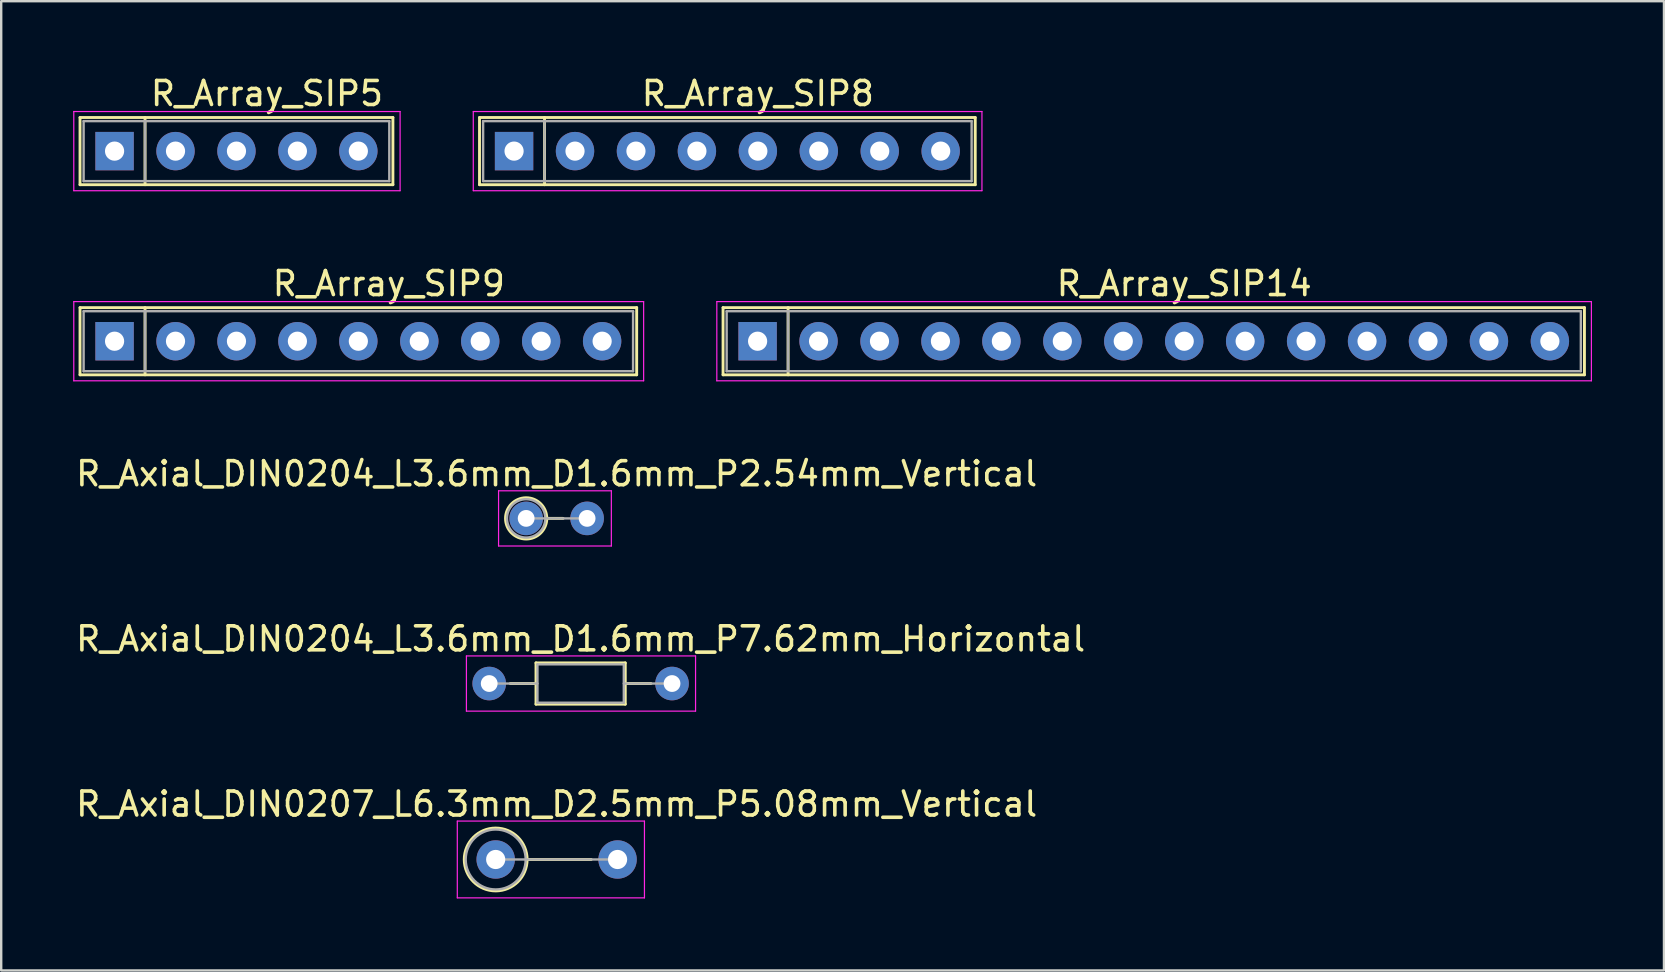
<source format=kicad_pcb>
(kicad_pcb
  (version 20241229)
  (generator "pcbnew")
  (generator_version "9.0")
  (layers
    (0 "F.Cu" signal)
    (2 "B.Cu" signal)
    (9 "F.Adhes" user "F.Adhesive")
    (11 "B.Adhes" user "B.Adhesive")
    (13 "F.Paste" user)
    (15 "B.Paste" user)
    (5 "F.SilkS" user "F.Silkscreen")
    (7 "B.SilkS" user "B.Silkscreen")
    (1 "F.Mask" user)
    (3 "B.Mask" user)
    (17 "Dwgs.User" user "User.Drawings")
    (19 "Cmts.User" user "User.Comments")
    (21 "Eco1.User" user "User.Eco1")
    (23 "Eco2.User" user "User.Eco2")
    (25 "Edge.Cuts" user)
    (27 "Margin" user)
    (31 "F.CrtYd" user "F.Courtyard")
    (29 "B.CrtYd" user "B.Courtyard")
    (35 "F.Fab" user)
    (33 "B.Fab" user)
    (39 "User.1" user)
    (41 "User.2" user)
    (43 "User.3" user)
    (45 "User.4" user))
  (footprint "R_Axial_DIN0204_L3.6mm_D1.6mm_P2.54mm_Vertical"
    (layer "F.Cu")
    (at 18.879 18.555)
    (property "Reference" "R_Axial_DIN0204_L3.6mm_D1.6mm_P2.54mm_Vertical" (at 1.27 -1.86 0) (layer "F.SilkS") (effects (font (size 1 1) (thickness 0.15))))
    (attr through_hole)
    (fp_line (start 0.86 0) (end 1.54 0) (stroke (width 0.12) (type solid)) (layer "F.SilkS"))
    (fp_circle (center 0 0) (end 0.86 0) (stroke (width 0.12) (type solid)) (fill no) (layer "F.SilkS"))
    (fp_line (start -1.15 -1.15) (end -1.15 1.15) (stroke (width 0.05) (type solid)) (layer "F.CrtYd"))
    (fp_line (start -1.15 1.15) (end 3.55 1.15) (stroke (width 0.05) (type solid)) (layer "F.CrtYd"))
    (fp_line (start 3.55 -1.15) (end -1.15 -1.15) (stroke (width 0.05) (type solid)) (layer "F.CrtYd"))
    (fp_line (start 3.55 1.15) (end 3.55 -1.15) (stroke (width 0.05) (type solid)) (layer "F.CrtYd"))
    (fp_line (start 0 0) (end 2.54 0) (stroke (width 0.1) (type solid)) (layer "F.Fab"))
    (fp_circle (center 0 0) (end 0.8 0) (stroke (width 0.1) (type solid)) (fill no) (layer "F.Fab"))
    (pad "1" thru_hole circle (at 0 0) (size 1.4 1.4) (drill 0.7) (layers "*.Cu" "*.Mask"))
    (pad "2" thru_hole oval (at 2.54 0) (size 1.4 1.4) (drill 0.7) (layers "*.Cu" "*.Mask")))
  (footprint "R_Array_SIP9"
    (layer "F.Cu")
    (at 1.725 11.171)
    (property "Reference" "R_Array_SIP9" (at 11.43 -2.4 0) (layer "F.SilkS") (effects (font (size 1 1) (thickness 0.15))))
    (attr through_hole)
    (fp_line (start -1.44 -1.4) (end -1.44 1.4) (stroke (width 0.12) (type solid)) (layer "F.SilkS"))
    (fp_line (start -1.44 1.4) (end 21.76 1.4) (stroke (width 0.12) (type solid)) (layer "F.SilkS"))
    (fp_line (start 1.27 -1.4) (end 1.27 1.4) (stroke (width 0.12) (type solid)) (layer "F.SilkS"))
    (fp_line (start 21.76 -1.4) (end -1.44 -1.4) (stroke (width 0.12) (type solid)) (layer "F.SilkS"))
    (fp_line (start 21.76 1.4) (end 21.76 -1.4) (stroke (width 0.12) (type solid)) (layer "F.SilkS"))
    (fp_line (start -1.7 -1.65) (end -1.7 1.65) (stroke (width 0.05) (type solid)) (layer "F.CrtYd"))
    (fp_line (start -1.7 1.65) (end 22.05 1.65) (stroke (width 0.05) (type solid)) (layer "F.CrtYd"))
    (fp_line (start 22.05 -1.65) (end -1.7 -1.65) (stroke (width 0.05) (type solid)) (layer "F.CrtYd"))
    (fp_line (start 22.05 1.65) (end 22.05 -1.65) (stroke (width 0.05) (type solid)) (layer "F.CrtYd"))
    (fp_line (start -1.29 -1.25) (end -1.29 1.25) (stroke (width 0.1) (type solid)) (layer "F.Fab"))
    (fp_line (start -1.29 1.25) (end 21.61 1.25) (stroke (width 0.1) (type solid)) (layer "F.Fab"))
    (fp_line (start 1.27 -1.25) (end 1.27 1.25) (stroke (width 0.1) (type solid)) (layer "F.Fab"))
    (fp_line (start 21.61 -1.25) (end -1.29 -1.25) (stroke (width 0.1) (type solid)) (layer "F.Fab"))
    (fp_line (start 21.61 1.25) (end 21.61 -1.25) (stroke (width 0.1) (type solid)) (layer "F.Fab"))
    (pad "1" thru_hole rect (at 0 0) (size 1.6 1.6) (drill 0.8) (layers "*.Cu" "*.Mask"))
    (pad "2" thru_hole oval (at 2.54 0) (size 1.6 1.6) (drill 0.8) (layers "*.Cu" "*.Mask"))
    (pad "3" thru_hole oval (at 5.08 0) (size 1.6 1.6) (drill 0.8) (layers "*.Cu" "*.Mask"))
    (pad "4" thru_hole oval (at 7.62 0) (size 1.6 1.6) (drill 0.8) (layers "*.Cu" "*.Mask"))
    (pad "5" thru_hole oval (at 10.16 0) (size 1.6 1.6) (drill 0.8) (layers "*.Cu" "*.Mask"))
    (pad "6" thru_hole oval (at 12.7 0) (size 1.6 1.6) (drill 0.8) (layers "*.Cu" "*.Mask"))
    (pad "7" thru_hole oval (at 15.24 0) (size 1.6 1.6) (drill 0.8) (layers "*.Cu" "*.Mask"))
    (pad "8" thru_hole oval (at 17.78 0) (size 1.6 1.6) (drill 0.8) (layers "*.Cu" "*.Mask"))
    (pad "9" thru_hole oval (at 20.32 0) (size 1.6 1.6) (drill 0.8) (layers "*.Cu" "*.Mask")))
  (footprint "R_Axial_DIN0207_L6.3mm_D2.5mm_P5.08mm_Vertical"
    (layer "F.Cu")
    (at 17.609 32.771)
    (property "Reference" "R_Axial_DIN0207_L6.3mm_D2.5mm_P5.08mm_Vertical" (at 2.54 -2.31 0) (layer "F.SilkS") (effects (font (size 1 1) (thickness 0.15))))
    (attr through_hole)
    (fp_line (start 1.31 0) (end 3.98 0) (stroke (width 0.12) (type solid)) (layer "F.SilkS"))
    (fp_circle (center 0 0) (end 1.31 0) (stroke (width 0.12) (type solid)) (fill no) (layer "F.SilkS"))
    (fp_line (start -1.6 -1.6) (end -1.6 1.6) (stroke (width 0.05) (type solid)) (layer "F.CrtYd"))
    (fp_line (start -1.6 1.6) (end 6.2 1.6) (stroke (width 0.05) (type solid)) (layer "F.CrtYd"))
    (fp_line (start 6.2 -1.6) (end -1.6 -1.6) (stroke (width 0.05) (type solid)) (layer "F.CrtYd"))
    (fp_line (start 6.2 1.6) (end 6.2 -1.6) (stroke (width 0.05) (type solid)) (layer "F.CrtYd"))
    (fp_line (start 0 0) (end 5.08 0) (stroke (width 0.1) (type solid)) (layer "F.Fab"))
    (fp_circle (center 0 0) (end 1.25 0) (stroke (width 0.1) (type solid)) (fill no) (layer "F.Fab"))
    (pad "1" thru_hole circle (at 0 0) (size 1.6 1.6) (drill 0.8) (layers "*.Cu" "*.Mask"))
    (pad "2" thru_hole oval (at 5.08 0) (size 1.6 1.6) (drill 0.8) (layers "*.Cu" "*.Mask")))
  (footprint "R_Array_SIP14"
    (layer "F.Cu")
    (at 28.525 11.171)
    (property "Reference" "R_Array_SIP14" (at 17.78 -2.4 0) (layer "F.SilkS") (effects (font (size 1 1) (thickness 0.15))))
    (attr through_hole)
    (fp_line (start -1.44 -1.4) (end -1.44 1.4) (stroke (width 0.12) (type solid)) (layer "F.SilkS"))
    (fp_line (start -1.44 1.4) (end 34.46 1.4) (stroke (width 0.12) (type solid)) (layer "F.SilkS"))
    (fp_line (start 1.27 -1.4) (end 1.27 1.4) (stroke (width 0.12) (type solid)) (layer "F.SilkS"))
    (fp_line (start 34.46 -1.4) (end -1.44 -1.4) (stroke (width 0.12) (type solid)) (layer "F.SilkS"))
    (fp_line (start 34.46 1.4) (end 34.46 -1.4) (stroke (width 0.12) (type solid)) (layer "F.SilkS"))
    (fp_line (start -1.7 -1.65) (end -1.7 1.65) (stroke (width 0.05) (type solid)) (layer "F.CrtYd"))
    (fp_line (start -1.7 1.65) (end 34.75 1.65) (stroke (width 0.05) (type solid)) (layer "F.CrtYd"))
    (fp_line (start 34.75 -1.65) (end -1.7 -1.65) (stroke (width 0.05) (type solid)) (layer "F.CrtYd"))
    (fp_line (start 34.75 1.65) (end 34.75 -1.65) (stroke (width 0.05) (type solid)) (layer "F.CrtYd"))
    (fp_line (start -1.29 -1.25) (end -1.29 1.25) (stroke (width 0.1) (type solid)) (layer "F.Fab"))
    (fp_line (start -1.29 1.25) (end 34.31 1.25) (stroke (width 0.1) (type solid)) (layer "F.Fab"))
    (fp_line (start 1.27 -1.25) (end 1.27 1.25) (stroke (width 0.1) (type solid)) (layer "F.Fab"))
    (fp_line (start 34.31 -1.25) (end -1.29 -1.25) (stroke (width 0.1) (type solid)) (layer "F.Fab"))
    (fp_line (start 34.31 1.25) (end 34.31 -1.25) (stroke (width 0.1) (type solid)) (layer "F.Fab"))
    (pad "1" thru_hole rect (at 0 0) (size 1.6 1.6) (drill 0.8) (layers "*.Cu" "*.Mask"))
    (pad "2" thru_hole oval (at 2.54 0) (size 1.6 1.6) (drill 0.8) (layers "*.Cu" "*.Mask"))
    (pad "3" thru_hole oval (at 5.08 0) (size 1.6 1.6) (drill 0.8) (layers "*.Cu" "*.Mask"))
    (pad "4" thru_hole oval (at 7.62 0) (size 1.6 1.6) (drill 0.8) (layers "*.Cu" "*.Mask"))
    (pad "5" thru_hole oval (at 10.16 0) (size 1.6 1.6) (drill 0.8) (layers "*.Cu" "*.Mask"))
    (pad "6" thru_hole oval (at 12.7 0) (size 1.6 1.6) (drill 0.8) (layers "*.Cu" "*.Mask"))
    (pad "7" thru_hole oval (at 15.24 0) (size 1.6 1.6) (drill 0.8) (layers "*.Cu" "*.Mask"))
    (pad "8" thru_hole oval (at 17.78 0) (size 1.6 1.6) (drill 0.8) (layers "*.Cu" "*.Mask"))
    (pad "9" thru_hole oval (at 20.32 0) (size 1.6 1.6) (drill 0.8) (layers "*.Cu" "*.Mask"))
    (pad "10" thru_hole oval (at 22.86 0) (size 1.6 1.6) (drill 0.8) (layers "*.Cu" "*.Mask"))
    (pad "11" thru_hole oval (at 25.4 0) (size 1.6 1.6) (drill 0.8) (layers "*.Cu" "*.Mask"))
    (pad "12" thru_hole oval (at 27.94 0) (size 1.6 1.6) (drill 0.8) (layers "*.Cu" "*.Mask"))
    (pad "13" thru_hole oval (at 30.48 0) (size 1.6 1.6) (drill 0.8) (layers "*.Cu" "*.Mask"))
    (pad "14" thru_hole oval (at 33.02 0) (size 1.6 1.6) (drill 0.8) (layers "*.Cu" "*.Mask")))
  (footprint "R_Axial_DIN0204_L3.6mm_D1.6mm_P7.62mm_Horizontal"
    (layer "F.Cu")
    (at 17.339 25.438)
    (property "Reference" "R_Axial_DIN0204_L3.6mm_D1.6mm_P7.62mm_Horizontal" (at 3.81 -1.86 0) (layer "F.SilkS") (effects (font (size 1 1) (thickness 0.15))))
    (attr through_hole)
    (fp_line (start 0.88 0) (end 1.95 0) (stroke (width 0.12) (type solid)) (layer "F.SilkS"))
    (fp_line (start 1.95 -0.86) (end 1.95 0.86) (stroke (width 0.12) (type solid)) (layer "F.SilkS"))
    (fp_line (start 1.95 0.86) (end 5.67 0.86) (stroke (width 0.12) (type solid)) (layer "F.SilkS"))
    (fp_line (start 5.67 -0.86) (end 1.95 -0.86) (stroke (width 0.12) (type solid)) (layer "F.SilkS"))
    (fp_line (start 5.67 0.86) (end 5.67 -0.86) (stroke (width 0.12) (type solid)) (layer "F.SilkS"))
    (fp_line (start 6.74 0) (end 5.67 0) (stroke (width 0.12) (type solid)) (layer "F.SilkS"))
    (fp_line (start -0.95 -1.15) (end -0.95 1.15) (stroke (width 0.05) (type solid)) (layer "F.CrtYd"))
    (fp_line (start -0.95 1.15) (end 8.6 1.15) (stroke (width 0.05) (type solid)) (layer "F.CrtYd"))
    (fp_line (start 8.6 -1.15) (end -0.95 -1.15) (stroke (width 0.05) (type solid)) (layer "F.CrtYd"))
    (fp_line (start 8.6 1.15) (end 8.6 -1.15) (stroke (width 0.05) (type solid)) (layer "F.CrtYd"))
    (fp_line (start 0 0) (end 2.01 0) (stroke (width 0.1) (type solid)) (layer "F.Fab"))
    (fp_line (start 2.01 -0.8) (end 2.01 0.8) (stroke (width 0.1) (type solid)) (layer "F.Fab"))
    (fp_line (start 2.01 0.8) (end 5.61 0.8) (stroke (width 0.1) (type solid)) (layer "F.Fab"))
    (fp_line (start 5.61 -0.8) (end 2.01 -0.8) (stroke (width 0.1) (type solid)) (layer "F.Fab"))
    (fp_line (start 5.61 0.8) (end 5.61 -0.8) (stroke (width 0.1) (type solid)) (layer "F.Fab"))
    (fp_line (start 7.62 0) (end 5.61 0) (stroke (width 0.1) (type solid)) (layer "F.Fab"))
    (pad "1" thru_hole circle (at 0 0) (size 1.4 1.4) (drill 0.7) (layers "*.Cu" "*.Mask"))
    (pad "2" thru_hole oval (at 7.62 0) (size 1.4 1.4) (drill 0.7) (layers "*.Cu" "*.Mask")))
  (footprint "R_Array_SIP8"
    (layer "F.Cu")
    (at 18.375 3.248)
    (property "Reference" "R_Array_SIP8" (at 10.16 -2.4 0) (layer "F.SilkS") (effects (font (size 1 1) (thickness 0.15))))
    (attr through_hole)
    (fp_line (start -1.44 -1.4) (end -1.44 1.4) (stroke (width 0.12) (type solid)) (layer "F.SilkS"))
    (fp_line (start -1.44 1.4) (end 19.22 1.4) (stroke (width 0.12) (type solid)) (layer "F.SilkS"))
    (fp_line (start 1.27 -1.4) (end 1.27 1.4) (stroke (width 0.12) (type solid)) (layer "F.SilkS"))
    (fp_line (start 19.22 -1.4) (end -1.44 -1.4) (stroke (width 0.12) (type solid)) (layer "F.SilkS"))
    (fp_line (start 19.22 1.4) (end 19.22 -1.4) (stroke (width 0.12) (type solid)) (layer "F.SilkS"))
    (fp_line (start -1.7 -1.65) (end -1.7 1.65) (stroke (width 0.05) (type solid)) (layer "F.CrtYd"))
    (fp_line (start -1.7 1.65) (end 19.5 1.65) (stroke (width 0.05) (type solid)) (layer "F.CrtYd"))
    (fp_line (start 19.5 -1.65) (end -1.7 -1.65) (stroke (width 0.05) (type solid)) (layer "F.CrtYd"))
    (fp_line (start 19.5 1.65) (end 19.5 -1.65) (stroke (width 0.05) (type solid)) (layer "F.CrtYd"))
    (fp_line (start -1.29 -1.25) (end -1.29 1.25) (stroke (width 0.1) (type solid)) (layer "F.Fab"))
    (fp_line (start -1.29 1.25) (end 19.07 1.25) (stroke (width 0.1) (type solid)) (layer "F.Fab"))
    (fp_line (start 1.27 -1.25) (end 1.27 1.25) (stroke (width 0.1) (type solid)) (layer "F.Fab"))
    (fp_line (start 19.07 -1.25) (end -1.29 -1.25) (stroke (width 0.1) (type solid)) (layer "F.Fab"))
    (fp_line (start 19.07 1.25) (end 19.07 -1.25) (stroke (width 0.1) (type solid)) (layer "F.Fab"))
    (pad "1" thru_hole rect (at 0 0) (size 1.6 1.6) (drill 0.8) (layers "*.Cu" "*.Mask"))
    (pad "2" thru_hole oval (at 2.54 0) (size 1.6 1.6) (drill 0.8) (layers "*.Cu" "*.Mask"))
    (pad "3" thru_hole oval (at 5.08 0) (size 1.6 1.6) (drill 0.8) (layers "*.Cu" "*.Mask"))
    (pad "4" thru_hole oval (at 7.62 0) (size 1.6 1.6) (drill 0.8) (layers "*.Cu" "*.Mask"))
    (pad "5" thru_hole oval (at 10.16 0) (size 1.6 1.6) (drill 0.8) (layers "*.Cu" "*.Mask"))
    (pad "6" thru_hole oval (at 12.7 0) (size 1.6 1.6) (drill 0.8) (layers "*.Cu" "*.Mask"))
    (pad "7" thru_hole oval (at 15.24 0) (size 1.6 1.6) (drill 0.8) (layers "*.Cu" "*.Mask"))
    (pad "8" thru_hole oval (at 17.78 0) (size 1.6 1.6) (drill 0.8) (layers "*.Cu" "*.Mask")))
  (footprint "R_Array_SIP5"
    (layer "F.Cu")
    (at 1.725 3.248)
    (property "Reference" "R_Array_SIP5" (at 6.35 -2.4 0) (layer "F.SilkS") (effects (font (size 1 1) (thickness 0.15))))
    (attr through_hole)
    (fp_line (start -1.44 -1.4) (end -1.44 1.4) (stroke (width 0.12) (type solid)) (layer "F.SilkS"))
    (fp_line (start -1.44 1.4) (end 11.6 1.4) (stroke (width 0.12) (type solid)) (layer "F.SilkS"))
    (fp_line (start 1.27 -1.4) (end 1.27 1.4) (stroke (width 0.12) (type solid)) (layer "F.SilkS"))
    (fp_line (start 11.6 -1.4) (end -1.44 -1.4) (stroke (width 0.12) (type solid)) (layer "F.SilkS"))
    (fp_line (start 11.6 1.4) (end 11.6 -1.4) (stroke (width 0.12) (type solid)) (layer "F.SilkS"))
    (fp_line (start -1.7 -1.65) (end -1.7 1.65) (stroke (width 0.05) (type solid)) (layer "F.CrtYd"))
    (fp_line (start -1.7 1.65) (end 11.9 1.65) (stroke (width 0.05) (type solid)) (layer "F.CrtYd"))
    (fp_line (start 11.9 -1.65) (end -1.7 -1.65) (stroke (width 0.05) (type solid)) (layer "F.CrtYd"))
    (fp_line (start 11.9 1.65) (end 11.9 -1.65) (stroke (width 0.05) (type solid)) (layer "F.CrtYd"))
    (fp_line (start -1.29 -1.25) (end -1.29 1.25) (stroke (width 0.1) (type solid)) (layer "F.Fab"))
    (fp_line (start -1.29 1.25) (end 11.45 1.25) (stroke (width 0.1) (type solid)) (layer "F.Fab"))
    (fp_line (start 1.27 -1.25) (end 1.27 1.25) (stroke (width 0.1) (type solid)) (layer "F.Fab"))
    (fp_line (start 11.45 -1.25) (end -1.29 -1.25) (stroke (width 0.1) (type solid)) (layer "F.Fab"))
    (fp_line (start 11.45 1.25) (end 11.45 -1.25) (stroke (width 0.1) (type solid)) (layer "F.Fab"))
    (pad "1" thru_hole rect (at 0 0) (size 1.6 1.6) (drill 0.8) (layers "*.Cu" "*.Mask"))
    (pad "2" thru_hole oval (at 2.54 0) (size 1.6 1.6) (drill 0.8) (layers "*.Cu" "*.Mask"))
    (pad "3" thru_hole oval (at 5.08 0) (size 1.6 1.6) (drill 0.8) (layers "*.Cu" "*.Mask"))
    (pad "4" thru_hole oval (at 7.62 0) (size 1.6 1.6) (drill 0.8) (layers "*.Cu" "*.Mask"))
    (pad "5" thru_hole oval (at 10.16 0) (size 1.6 1.6) (drill 0.8) (layers "*.Cu" "*.Mask")))
  (gr_rect
    (start -3 -3)
    (end 66.3 37.396)
    (stroke (width 0.1) (type default))
    (fill no)
    (layer "Edge.Cuts")))
</source>
